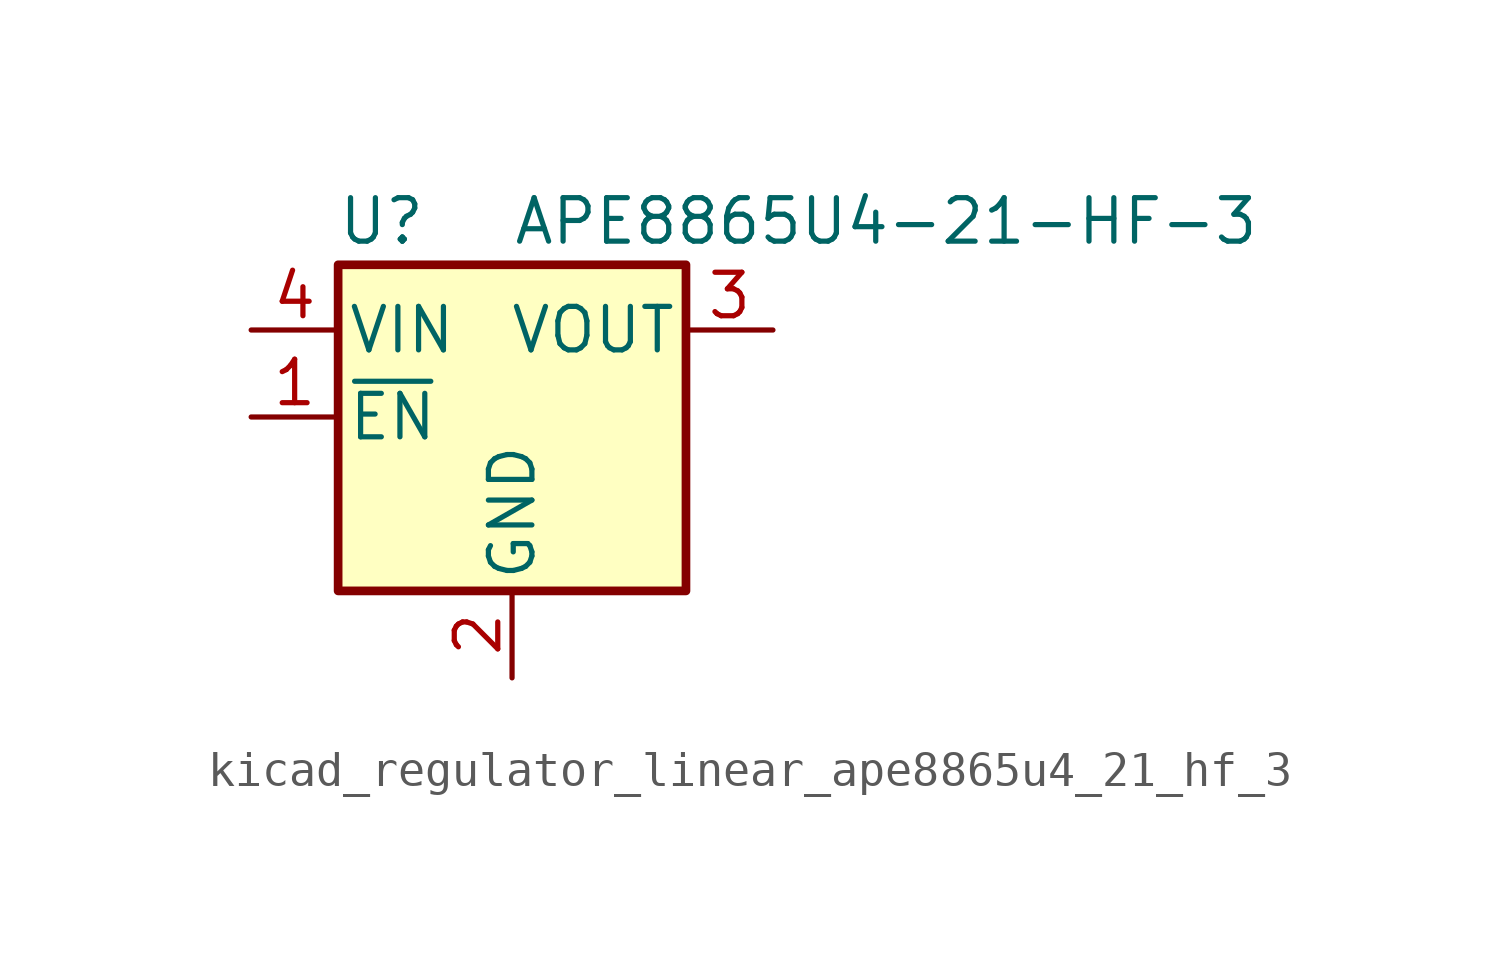
<source format=kicad_sym>
(kicad_symbol_lib
  (version 20220914)
  (generator kicad_symbol_editor)
  (symbol "kicad_regulator_linear_ape8865u4_21_hf_3"
    (pin_names
      (offset 0.254))
    (property "Reference" "U"
      (at -3.81 5.715 0)
      (effects (font (size 1.27 1.27))))
    (property "Value" "APE8865U4-21-HF-3"
      (at 0 5.715 0)
      (effects (font (size 1.27 1.27)) (justify left)))
    (symbol "kicad_regulator_linear_ape8865u4_21_hf_3_0_1"
      (rectangle (start -5.08 4.445) (end 5.08 -5.08) (stroke (width 0.254) (type default)) (fill (type background))))
    (symbol "kicad_regulator_linear_ape8865u4_21_hf_3_1_1"
      (pin input line (at -7.62 0 0) (length 2.54) (name "~{EN}" (effects (font (size 1.27 1.27)))) (number "1" (effects (font (size 1.27 1.27)))))
      (pin power_in line (at 0 -7.62 90) (length 2.54) (name "GND" (effects (font (size 1.27 1.27)))) (number "2" (effects (font (size 1.27 1.27)))))
      (pin power_out line (at 7.62 2.54 180) (length 2.54) (name "VOUT" (effects (font (size 1.27 1.27)))) (number "3" (effects (font (size 1.27 1.27)))))
      (pin power_in line (at -7.62 2.54 0) (length 2.54) (name "VIN" (effects (font (size 1.27 1.27)))) (number "4" (effects (font (size 1.27 1.27))))))))
</source>
